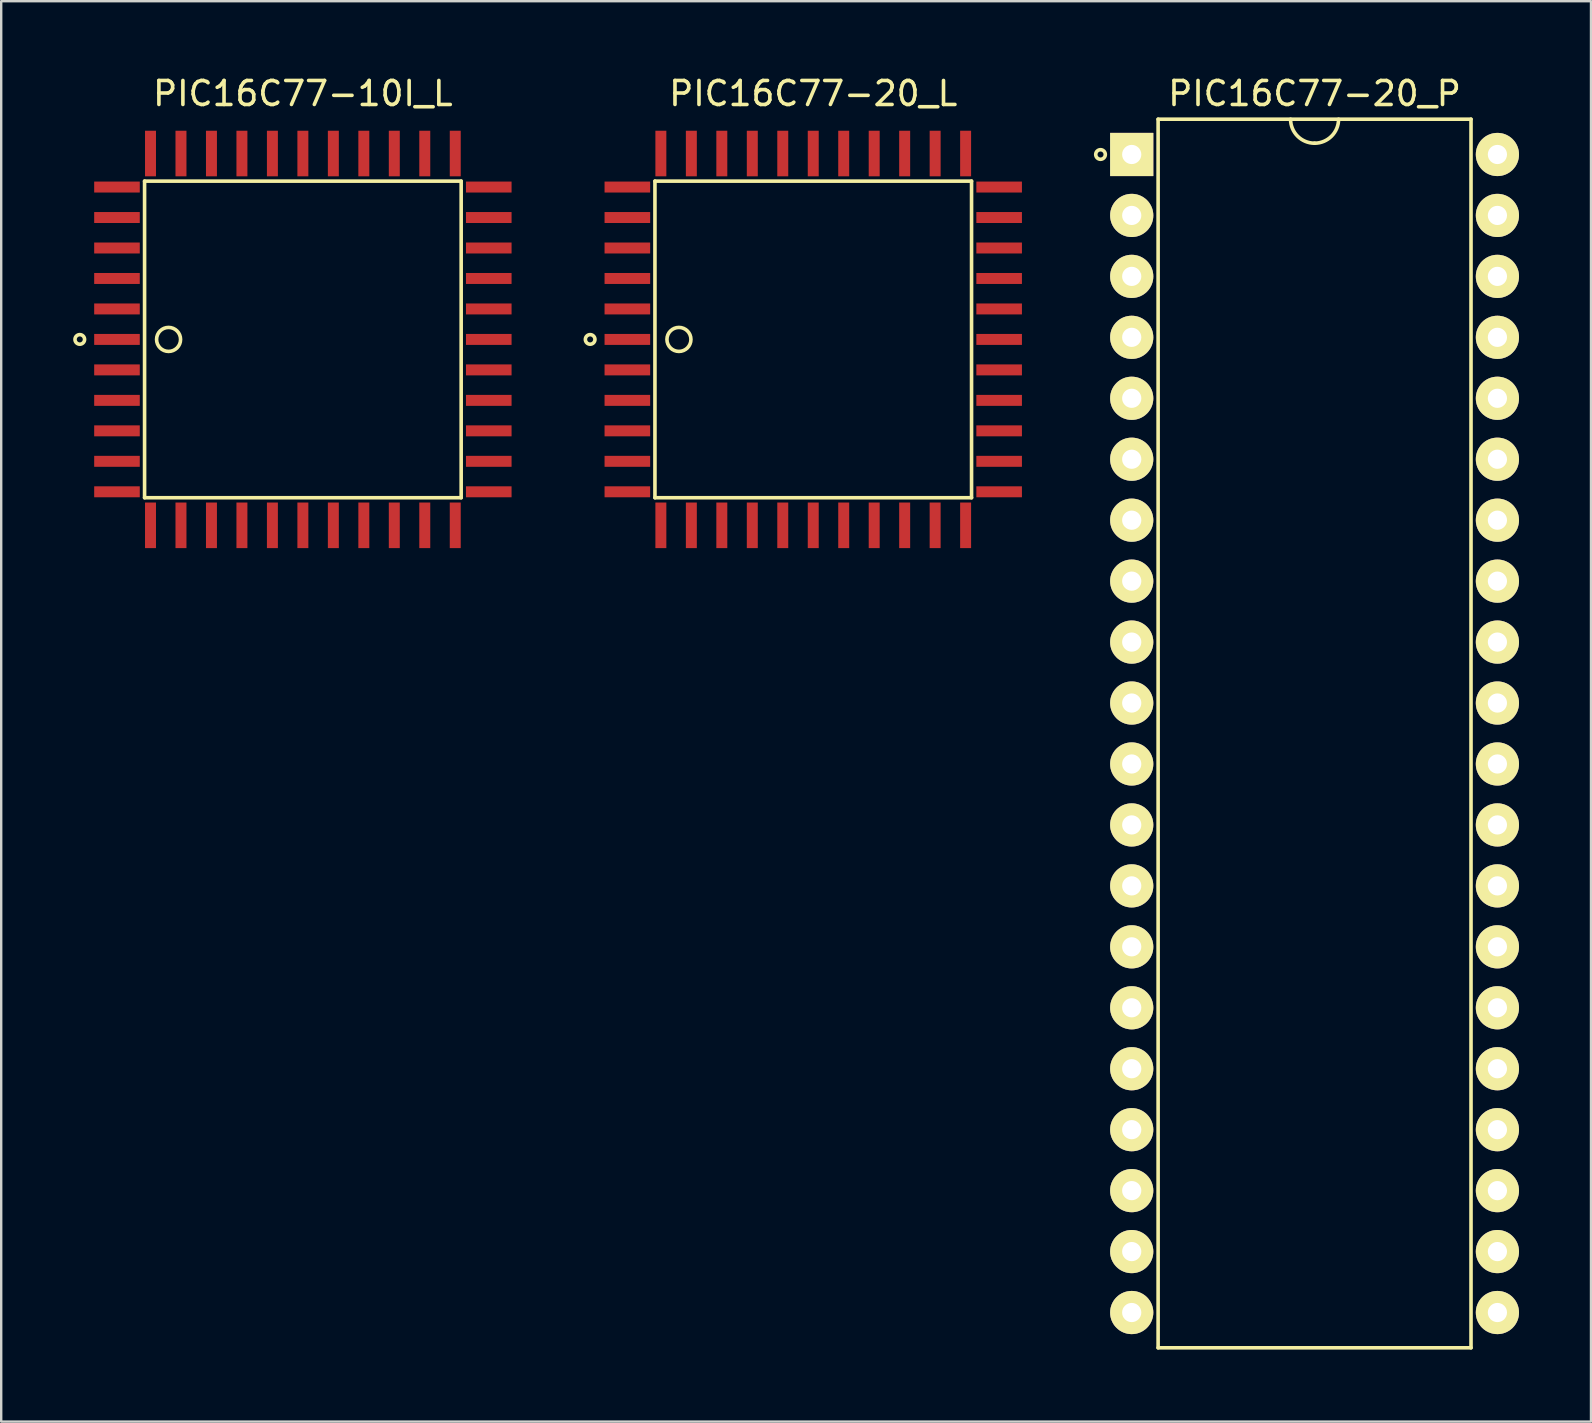
<source format=kicad_pcb>
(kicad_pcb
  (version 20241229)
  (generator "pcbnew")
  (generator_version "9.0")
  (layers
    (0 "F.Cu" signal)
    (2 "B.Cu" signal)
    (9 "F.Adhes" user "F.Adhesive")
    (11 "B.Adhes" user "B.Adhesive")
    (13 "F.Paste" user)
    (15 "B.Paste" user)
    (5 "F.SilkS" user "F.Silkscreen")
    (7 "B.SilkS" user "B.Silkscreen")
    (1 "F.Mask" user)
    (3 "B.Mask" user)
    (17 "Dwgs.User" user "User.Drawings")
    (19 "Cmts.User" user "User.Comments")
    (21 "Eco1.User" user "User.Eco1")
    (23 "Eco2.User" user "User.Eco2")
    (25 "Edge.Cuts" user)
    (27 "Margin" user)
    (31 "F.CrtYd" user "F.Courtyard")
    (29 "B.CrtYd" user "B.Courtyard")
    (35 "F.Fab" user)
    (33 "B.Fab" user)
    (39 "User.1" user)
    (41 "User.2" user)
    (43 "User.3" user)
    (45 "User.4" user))
  (footprint "PIC16C77-10I_L"
    (layer "F.Cu")
    (at 1.825 3.348)
    (property "Reference" "PIC16C77-10I_L" (at 7.747 -2.5 0) (layer "F.SilkS") (effects (font (size 1 1) (thickness 0.15))))
    (attr through_hole)
    (fp_line (start 1.15 1.15) (end 1.15 14.344) (stroke (width 0.15) (type solid)) (layer "F.SilkS"))
    (fp_line (start 1.15 1.15) (end 14.344 1.15) (stroke (width 0.15) (type solid)) (layer "F.SilkS"))
    (fp_line (start 1.15 14.344) (end 14.344 14.344) (stroke (width 0.15) (type solid)) (layer "F.SilkS"))
    (fp_line (start 14.344 14.344) (end 14.344 1.15) (stroke (width 0.15) (type solid)) (layer "F.SilkS"))
    (fp_circle (center -1.55 7.747) (end -1.55 7.547) (stroke (width 0.15) (type solid)) (fill no) (layer "F.SilkS"))
    (fp_circle (center 2.15 7.747) (end 2.15 7.247) (stroke (width 0.15) (type solid)) (fill no) (layer "F.SilkS"))
    (pad "1" smd rect (at 0 7.747) (size 1.9 0.457) (layers "F.Cu" "F.Mask" "F.Paste"))
    (pad "2" smd rect (at 0 9.017) (size 1.9 0.457) (layers "F.Cu" "F.Mask" "F.Paste"))
    (pad "3" smd rect (at 0 10.287) (size 1.9 0.457) (layers "F.Cu" "F.Mask" "F.Paste"))
    (pad "4" smd rect (at 0 11.557) (size 1.9 0.457) (layers "F.Cu" "F.Mask" "F.Paste"))
    (pad "5" smd rect (at 0 12.827) (size 1.9 0.457) (layers "F.Cu" "F.Mask" "F.Paste"))
    (pad "6" smd rect (at 0 14.097) (size 1.9 0.457) (layers "F.Cu" "F.Mask" "F.Paste"))
    (pad "7" smd rect (at 1.397 15.494) (size 0.457 1.9) (layers "F.Cu" "F.Mask" "F.Paste"))
    (pad "8" smd rect (at 2.667 15.494) (size 0.457 1.9) (layers "F.Cu" "F.Mask" "F.Paste"))
    (pad "9" smd rect (at 3.937 15.494) (size 0.457 1.9) (layers "F.Cu" "F.Mask" "F.Paste"))
    (pad "10" smd rect (at 5.207 15.494) (size 0.457 1.9) (layers "F.Cu" "F.Mask" "F.Paste"))
    (pad "11" smd rect (at 6.477 15.494) (size 0.457 1.9) (layers "F.Cu" "F.Mask" "F.Paste"))
    (pad "12" smd rect (at 7.747 15.494) (size 0.457 1.9) (layers "F.Cu" "F.Mask" "F.Paste"))
    (pad "13" smd rect (at 9.017 15.494) (size 0.457 1.9) (layers "F.Cu" "F.Mask" "F.Paste"))
    (pad "14" smd rect (at 10.287 15.494) (size 0.457 1.9) (layers "F.Cu" "F.Mask" "F.Paste"))
    (pad "15" smd rect (at 11.557 15.494) (size 0.457 1.9) (layers "F.Cu" "F.Mask" "F.Paste"))
    (pad "16" smd rect (at 12.827 15.494) (size 0.457 1.9) (layers "F.Cu" "F.Mask" "F.Paste"))
    (pad "17" smd rect (at 14.097 15.494) (size 0.457 1.9) (layers "F.Cu" "F.Mask" "F.Paste"))
    (pad "18" smd rect (at 15.494 14.097) (size 1.9 0.457) (layers "F.Cu" "F.Mask" "F.Paste"))
    (pad "19" smd rect (at 15.494 12.827) (size 1.9 0.457) (layers "F.Cu" "F.Mask" "F.Paste"))
    (pad "20" smd rect (at 15.494 11.557) (size 1.9 0.457) (layers "F.Cu" "F.Mask" "F.Paste"))
    (pad "21" smd rect (at 15.494 10.287) (size 1.9 0.457) (layers "F.Cu" "F.Mask" "F.Paste"))
    (pad "22" smd rect (at 15.494 9.017) (size 1.9 0.457) (layers "F.Cu" "F.Mask" "F.Paste"))
    (pad "23" smd rect (at 15.494 7.747) (size 1.9 0.457) (layers "F.Cu" "F.Mask" "F.Paste"))
    (pad "24" smd rect (at 15.494 6.477) (size 1.9 0.457) (layers "F.Cu" "F.Mask" "F.Paste"))
    (pad "25" smd rect (at 15.494 5.207) (size 1.9 0.457) (layers "F.Cu" "F.Mask" "F.Paste"))
    (pad "26" smd rect (at 15.494 3.937) (size 1.9 0.457) (layers "F.Cu" "F.Mask" "F.Paste"))
    (pad "27" smd rect (at 15.494 2.667) (size 1.9 0.457) (layers "F.Cu" "F.Mask" "F.Paste"))
    (pad "28" smd rect (at 15.494 1.397) (size 1.9 0.457) (layers "F.Cu" "F.Mask" "F.Paste"))
    (pad "29" smd rect (at 14.097 0) (size 0.457 1.9) (layers "F.Cu" "F.Mask" "F.Paste"))
    (pad "30" smd rect (at 12.827 0) (size 0.457 1.9) (layers "F.Cu" "F.Mask" "F.Paste"))
    (pad "31" smd rect (at 11.557 0) (size 0.457 1.9) (layers "F.Cu" "F.Mask" "F.Paste"))
    (pad "32" smd rect (at 10.287 0) (size 0.457 1.9) (layers "F.Cu" "F.Mask" "F.Paste"))
    (pad "33" smd rect (at 9.017 0) (size 0.457 1.9) (layers "F.Cu" "F.Mask" "F.Paste"))
    (pad "34" smd rect (at 7.747 0) (size 0.457 1.9) (layers "F.Cu" "F.Mask" "F.Paste"))
    (pad "35" smd rect (at 6.477 0) (size 0.457 1.9) (layers "F.Cu" "F.Mask" "F.Paste"))
    (pad "36" smd rect (at 5.207 0) (size 0.457 1.9) (layers "F.Cu" "F.Mask" "F.Paste"))
    (pad "37" smd rect (at 3.937 0) (size 0.457 1.9) (layers "F.Cu" "F.Mask" "F.Paste"))
    (pad "38" smd rect (at 2.667 0) (size 0.457 1.9) (layers "F.Cu" "F.Mask" "F.Paste"))
    (pad "39" smd rect (at 1.397 0) (size 0.457 1.9) (layers "F.Cu" "F.Mask" "F.Paste"))
    (pad "40" smd rect (at 0 1.397) (size 1.9 0.457) (layers "F.Cu" "F.Mask" "F.Paste"))
    (pad "41" smd rect (at 0 2.667) (size 1.9 0.457) (layers "F.Cu" "F.Mask" "F.Paste"))
    (pad "42" smd rect (at 0 3.937) (size 1.9 0.457) (layers "F.Cu" "F.Mask" "F.Paste"))
    (pad "43" smd rect (at 0 5.207) (size 1.9 0.457) (layers "F.Cu" "F.Mask" "F.Paste"))
    (pad "44" smd rect (at 0 6.477) (size 1.9 0.457) (layers "F.Cu" "F.Mask" "F.Paste")))
  (footprint "PIC16C77-20_L"
    (layer "F.Cu")
    (at 23.094 3.348)
    (property "Reference" "PIC16C77-20_L" (at 7.747 -2.5 0) (layer "F.SilkS") (effects (font (size 1 1) (thickness 0.15))))
    (attr through_hole)
    (fp_line (start 1.15 1.15) (end 1.15 14.344) (stroke (width 0.15) (type solid)) (layer "F.SilkS"))
    (fp_line (start 1.15 1.15) (end 14.344 1.15) (stroke (width 0.15) (type solid)) (layer "F.SilkS"))
    (fp_line (start 1.15 14.344) (end 14.344 14.344) (stroke (width 0.15) (type solid)) (layer "F.SilkS"))
    (fp_line (start 14.344 14.344) (end 14.344 1.15) (stroke (width 0.15) (type solid)) (layer "F.SilkS"))
    (fp_circle (center -1.55 7.747) (end -1.55 7.547) (stroke (width 0.15) (type solid)) (fill no) (layer "F.SilkS"))
    (fp_circle (center 2.15 7.747) (end 2.15 7.247) (stroke (width 0.15) (type solid)) (fill no) (layer "F.SilkS"))
    (pad "1" smd rect (at 0 7.747) (size 1.9 0.457) (layers "F.Cu" "F.Mask" "F.Paste"))
    (pad "2" smd rect (at 0 9.017) (size 1.9 0.457) (layers "F.Cu" "F.Mask" "F.Paste"))
    (pad "3" smd rect (at 0 10.287) (size 1.9 0.457) (layers "F.Cu" "F.Mask" "F.Paste"))
    (pad "4" smd rect (at 0 11.557) (size 1.9 0.457) (layers "F.Cu" "F.Mask" "F.Paste"))
    (pad "5" smd rect (at 0 12.827) (size 1.9 0.457) (layers "F.Cu" "F.Mask" "F.Paste"))
    (pad "6" smd rect (at 0 14.097) (size 1.9 0.457) (layers "F.Cu" "F.Mask" "F.Paste"))
    (pad "7" smd rect (at 1.397 15.494) (size 0.457 1.9) (layers "F.Cu" "F.Mask" "F.Paste"))
    (pad "8" smd rect (at 2.667 15.494) (size 0.457 1.9) (layers "F.Cu" "F.Mask" "F.Paste"))
    (pad "9" smd rect (at 3.937 15.494) (size 0.457 1.9) (layers "F.Cu" "F.Mask" "F.Paste"))
    (pad "10" smd rect (at 5.207 15.494) (size 0.457 1.9) (layers "F.Cu" "F.Mask" "F.Paste"))
    (pad "11" smd rect (at 6.477 15.494) (size 0.457 1.9) (layers "F.Cu" "F.Mask" "F.Paste"))
    (pad "12" smd rect (at 7.747 15.494) (size 0.457 1.9) (layers "F.Cu" "F.Mask" "F.Paste"))
    (pad "13" smd rect (at 9.017 15.494) (size 0.457 1.9) (layers "F.Cu" "F.Mask" "F.Paste"))
    (pad "14" smd rect (at 10.287 15.494) (size 0.457 1.9) (layers "F.Cu" "F.Mask" "F.Paste"))
    (pad "15" smd rect (at 11.557 15.494) (size 0.457 1.9) (layers "F.Cu" "F.Mask" "F.Paste"))
    (pad "16" smd rect (at 12.827 15.494) (size 0.457 1.9) (layers "F.Cu" "F.Mask" "F.Paste"))
    (pad "17" smd rect (at 14.097 15.494) (size 0.457 1.9) (layers "F.Cu" "F.Mask" "F.Paste"))
    (pad "18" smd rect (at 15.494 14.097) (size 1.9 0.457) (layers "F.Cu" "F.Mask" "F.Paste"))
    (pad "19" smd rect (at 15.494 12.827) (size 1.9 0.457) (layers "F.Cu" "F.Mask" "F.Paste"))
    (pad "20" smd rect (at 15.494 11.557) (size 1.9 0.457) (layers "F.Cu" "F.Mask" "F.Paste"))
    (pad "21" smd rect (at 15.494 10.287) (size 1.9 0.457) (layers "F.Cu" "F.Mask" "F.Paste"))
    (pad "22" smd rect (at 15.494 9.017) (size 1.9 0.457) (layers "F.Cu" "F.Mask" "F.Paste"))
    (pad "23" smd rect (at 15.494 7.747) (size 1.9 0.457) (layers "F.Cu" "F.Mask" "F.Paste"))
    (pad "24" smd rect (at 15.494 6.477) (size 1.9 0.457) (layers "F.Cu" "F.Mask" "F.Paste"))
    (pad "25" smd rect (at 15.494 5.207) (size 1.9 0.457) (layers "F.Cu" "F.Mask" "F.Paste"))
    (pad "26" smd rect (at 15.494 3.937) (size 1.9 0.457) (layers "F.Cu" "F.Mask" "F.Paste"))
    (pad "27" smd rect (at 15.494 2.667) (size 1.9 0.457) (layers "F.Cu" "F.Mask" "F.Paste"))
    (pad "28" smd rect (at 15.494 1.397) (size 1.9 0.457) (layers "F.Cu" "F.Mask" "F.Paste"))
    (pad "29" smd rect (at 14.097 0) (size 0.457 1.9) (layers "F.Cu" "F.Mask" "F.Paste"))
    (pad "30" smd rect (at 12.827 0) (size 0.457 1.9) (layers "F.Cu" "F.Mask" "F.Paste"))
    (pad "31" smd rect (at 11.557 0) (size 0.457 1.9) (layers "F.Cu" "F.Mask" "F.Paste"))
    (pad "32" smd rect (at 10.287 0) (size 0.457 1.9) (layers "F.Cu" "F.Mask" "F.Paste"))
    (pad "33" smd rect (at 9.017 0) (size 0.457 1.9) (layers "F.Cu" "F.Mask" "F.Paste"))
    (pad "34" smd rect (at 7.747 0) (size 0.457 1.9) (layers "F.Cu" "F.Mask" "F.Paste"))
    (pad "35" smd rect (at 6.477 0) (size 0.457 1.9) (layers "F.Cu" "F.Mask" "F.Paste"))
    (pad "36" smd rect (at 5.207 0) (size 0.457 1.9) (layers "F.Cu" "F.Mask" "F.Paste"))
    (pad "37" smd rect (at 3.937 0) (size 0.457 1.9) (layers "F.Cu" "F.Mask" "F.Paste"))
    (pad "38" smd rect (at 2.667 0) (size 0.457 1.9) (layers "F.Cu" "F.Mask" "F.Paste"))
    (pad "39" smd rect (at 1.397 0) (size 0.457 1.9) (layers "F.Cu" "F.Mask" "F.Paste"))
    (pad "40" smd rect (at 0 1.397) (size 1.9 0.457) (layers "F.Cu" "F.Mask" "F.Paste"))
    (pad "41" smd rect (at 0 2.667) (size 1.9 0.457) (layers "F.Cu" "F.Mask" "F.Paste"))
    (pad "42" smd rect (at 0 3.937) (size 1.9 0.457) (layers "F.Cu" "F.Mask" "F.Paste"))
    (pad "43" smd rect (at 0 5.207) (size 1.9 0.457) (layers "F.Cu" "F.Mask" "F.Paste"))
    (pad "44" smd rect (at 0 6.477) (size 1.9 0.457) (layers "F.Cu" "F.Mask" "F.Paste")))
  (footprint "PIC16C77-20_P"
    (layer "F.Cu")
    (at 44.113 3.388)
    (property "Reference" "PIC16C77-20_P" (at 7.62 -2.54 0) (layer "F.SilkS") (effects (font (size 1 1) (thickness 0.15))))
    (attr through_hole)
    (fp_line (start 1.1 -1.47) (end 14.14 -1.47) (stroke (width 0.15) (type solid)) (layer "F.SilkS"))
    (fp_line (start 1.1 49.73) (end 1.1 -1.47) (stroke (width 0.15) (type solid)) (layer "F.SilkS"))
    (fp_line (start 14.14 -1.47) (end 14.14 49.73) (stroke (width 0.15) (type solid)) (layer "F.SilkS"))
    (fp_line (start 14.14 49.73) (end 1.1 49.73) (stroke (width 0.15) (type solid)) (layer "F.SilkS"))
    (fp_arc (start 7.62 -0.47) (mid 6.912893 -0.762893) (end 6.62 -1.47) (stroke (width 0.15) (type solid)) (layer "F.SilkS"))
    (fp_arc (start 8.62 -1.47) (mid 8.327107 -0.762893) (end 7.62 -0.47) (stroke (width 0.15) (type solid)) (layer "F.SilkS"))
    (fp_circle (center -1.3 0) (end -1.3 0.2) (stroke (width 0.15) (type solid)) (fill no) (layer "F.SilkS"))
    (pad "1" thru_hole rect (at 0 0) (size 1.8 1.8) (drill 0.8) (layers "*.Cu" "*.Mask" "F.SilkS"))
    (pad "2" thru_hole circle (at 0 2.54) (size 1.8 1.8) (drill 0.8) (layers "*.Cu" "*.Mask" "F.SilkS"))
    (pad "3" thru_hole circle (at 0 5.08) (size 1.8 1.8) (drill 0.8) (layers "*.Cu" "*.Mask" "F.SilkS"))
    (pad "4" thru_hole circle (at 0 7.62) (size 1.8 1.8) (drill 0.8) (layers "*.Cu" "*.Mask" "F.SilkS"))
    (pad "5" thru_hole circle (at 0 10.16) (size 1.8 1.8) (drill 0.8) (layers "*.Cu" "*.Mask" "F.SilkS"))
    (pad "6" thru_hole circle (at 0 12.7) (size 1.8 1.8) (drill 0.8) (layers "*.Cu" "*.Mask" "F.SilkS"))
    (pad "7" thru_hole circle (at 0 15.24) (size 1.8 1.8) (drill 0.8) (layers "*.Cu" "*.Mask" "F.SilkS"))
    (pad "8" thru_hole circle (at 0 17.78) (size 1.8 1.8) (drill 0.8) (layers "*.Cu" "*.Mask" "F.SilkS"))
    (pad "9" thru_hole circle (at 0 20.32) (size 1.8 1.8) (drill 0.8) (layers "*.Cu" "*.Mask" "F.SilkS"))
    (pad "10" thru_hole circle (at 0 22.86) (size 1.8 1.8) (drill 0.8) (layers "*.Cu" "*.Mask" "F.SilkS"))
    (pad "11" thru_hole circle (at 0 25.4) (size 1.8 1.8) (drill 0.8) (layers "*.Cu" "*.Mask" "F.SilkS"))
    (pad "12" thru_hole circle (at 0 27.94) (size 1.8 1.8) (drill 0.8) (layers "*.Cu" "*.Mask" "F.SilkS"))
    (pad "13" thru_hole circle (at 0 30.48) (size 1.8 1.8) (drill 0.8) (layers "*.Cu" "*.Mask" "F.SilkS"))
    (pad "14" thru_hole circle (at 0 33.02) (size 1.8 1.8) (drill 0.8) (layers "*.Cu" "*.Mask" "F.SilkS"))
    (pad "15" thru_hole circle (at 0 35.56) (size 1.8 1.8) (drill 0.8) (layers "*.Cu" "*.Mask" "F.SilkS"))
    (pad "16" thru_hole circle (at 0 38.1) (size 1.8 1.8) (drill 0.8) (layers "*.Cu" "*.Mask" "F.SilkS"))
    (pad "17" thru_hole circle (at 0 40.64) (size 1.8 1.8) (drill 0.8) (layers "*.Cu" "*.Mask" "F.SilkS"))
    (pad "18" thru_hole circle (at 0 43.18) (size 1.8 1.8) (drill 0.8) (layers "*.Cu" "*.Mask" "F.SilkS"))
    (pad "19" thru_hole circle (at 0 45.72) (size 1.8 1.8) (drill 0.8) (layers "*.Cu" "*.Mask" "F.SilkS"))
    (pad "20" thru_hole circle (at 0 48.26) (size 1.8 1.8) (drill 0.8) (layers "*.Cu" "*.Mask" "F.SilkS"))
    (pad "21" thru_hole circle (at 15.24 48.26) (size 1.8 1.8) (drill 0.8) (layers "*.Cu" "*.Mask" "F.SilkS"))
    (pad "22" thru_hole circle (at 15.24 45.72) (size 1.8 1.8) (drill 0.8) (layers "*.Cu" "*.Mask" "F.SilkS"))
    (pad "23" thru_hole circle (at 15.24 43.18) (size 1.8 1.8) (drill 0.8) (layers "*.Cu" "*.Mask" "F.SilkS"))
    (pad "24" thru_hole circle (at 15.24 40.64) (size 1.8 1.8) (drill 0.8) (layers "*.Cu" "*.Mask" "F.SilkS"))
    (pad "25" thru_hole circle (at 15.24 38.1) (size 1.8 1.8) (drill 0.8) (layers "*.Cu" "*.Mask" "F.SilkS"))
    (pad "26" thru_hole circle (at 15.24 35.56) (size 1.8 1.8) (drill 0.8) (layers "*.Cu" "*.Mask" "F.SilkS"))
    (pad "27" thru_hole circle (at 15.24 33.02) (size 1.8 1.8) (drill 0.8) (layers "*.Cu" "*.Mask" "F.SilkS"))
    (pad "28" thru_hole circle (at 15.24 30.48) (size 1.8 1.8) (drill 0.8) (layers "*.Cu" "*.Mask" "F.SilkS"))
    (pad "29" thru_hole circle (at 15.24 27.94) (size 1.8 1.8) (drill 0.8) (layers "*.Cu" "*.Mask" "F.SilkS"))
    (pad "30" thru_hole circle (at 15.24 25.4) (size 1.8 1.8) (drill 0.8) (layers "*.Cu" "*.Mask" "F.SilkS"))
    (pad "31" thru_hole circle (at 15.24 22.86) (size 1.8 1.8) (drill 0.8) (layers "*.Cu" "*.Mask" "F.SilkS"))
    (pad "32" thru_hole circle (at 15.24 20.32) (size 1.8 1.8) (drill 0.8) (layers "*.Cu" "*.Mask" "F.SilkS"))
    (pad "33" thru_hole circle (at 15.24 17.78) (size 1.8 1.8) (drill 0.8) (layers "*.Cu" "*.Mask" "F.SilkS"))
    (pad "34" thru_hole circle (at 15.24 15.24) (size 1.8 1.8) (drill 0.8) (layers "*.Cu" "*.Mask" "F.SilkS"))
    (pad "35" thru_hole circle (at 15.24 12.7) (size 1.8 1.8) (drill 0.8) (layers "*.Cu" "*.Mask" "F.SilkS"))
    (pad "36" thru_hole circle (at 15.24 10.16) (size 1.8 1.8) (drill 0.8) (layers "*.Cu" "*.Mask" "F.SilkS"))
    (pad "37" thru_hole circle (at 15.24 7.62) (size 1.8 1.8) (drill 0.8) (layers "*.Cu" "*.Mask" "F.SilkS"))
    (pad "38" thru_hole circle (at 15.24 5.08) (size 1.8 1.8) (drill 0.8) (layers "*.Cu" "*.Mask" "F.SilkS"))
    (pad "39" thru_hole circle (at 15.24 2.54) (size 1.8 1.8) (drill 0.8) (layers "*.Cu" "*.Mask" "F.SilkS"))
    (pad "40" thru_hole circle (at 15.24 0) (size 1.8 1.8) (drill 0.8) (layers "*.Cu" "*.Mask" "F.SilkS")))
  (gr_rect
    (start -3 -3)
    (end 63.253 56.193)
    (stroke (width 0.1) (type default))
    (fill no)
    (layer "Edge.Cuts")))
</source>
